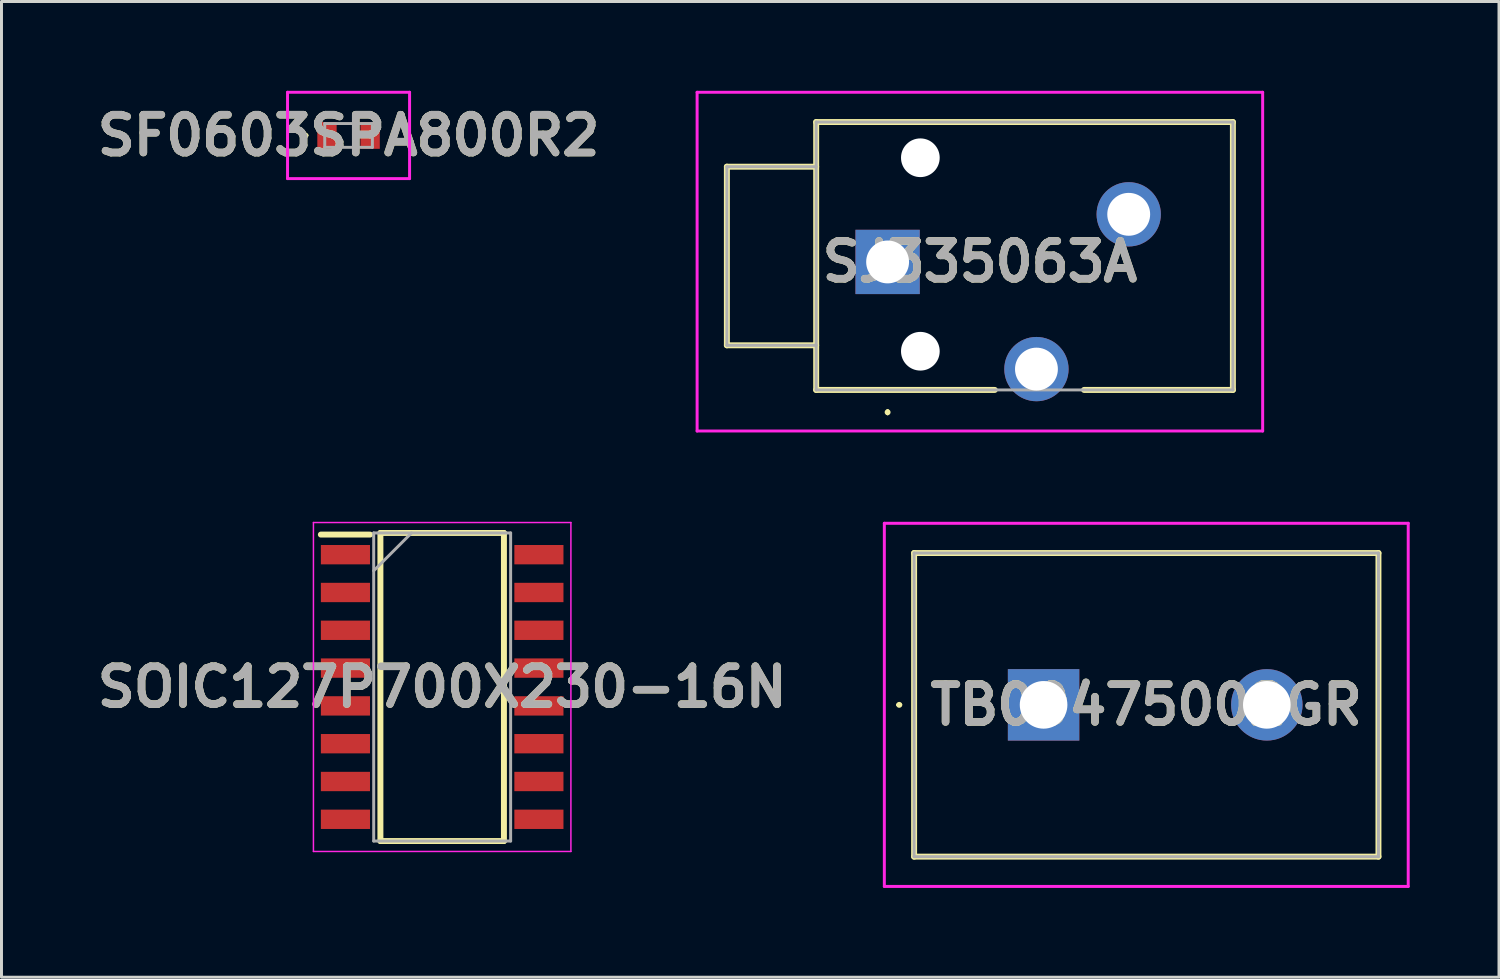
<source format=kicad_pcb>
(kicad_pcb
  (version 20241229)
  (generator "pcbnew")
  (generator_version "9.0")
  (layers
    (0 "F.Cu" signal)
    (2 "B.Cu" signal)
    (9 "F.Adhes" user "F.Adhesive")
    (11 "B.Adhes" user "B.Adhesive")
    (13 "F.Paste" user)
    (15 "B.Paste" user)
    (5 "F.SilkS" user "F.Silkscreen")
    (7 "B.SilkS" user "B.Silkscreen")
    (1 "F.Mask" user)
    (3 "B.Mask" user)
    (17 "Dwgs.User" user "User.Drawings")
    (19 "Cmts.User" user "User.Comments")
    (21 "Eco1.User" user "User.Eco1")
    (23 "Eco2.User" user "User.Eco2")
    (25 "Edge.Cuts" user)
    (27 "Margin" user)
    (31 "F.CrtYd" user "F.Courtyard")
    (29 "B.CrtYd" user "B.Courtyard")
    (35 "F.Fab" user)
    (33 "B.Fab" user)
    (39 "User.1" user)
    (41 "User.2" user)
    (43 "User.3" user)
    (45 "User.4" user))
  (footprint "SOIC127P700X230-16N"
    (layer "F.Cu")
    (at 11.805 20.03)
    (property "Reference" "SOIC127P700X230-16N" (at 0 0 0) (layer "F.SilkS") (effects (font (size 1.27 1.27) (thickness 0.254))))
    (attr smd)
    (fp_line (start -4.075 -5.12) (end -2.425 -5.12) (stroke (width 0.2) (type solid)) (layer "F.SilkS"))
    (fp_line (start -2.075 -5.175) (end 2.075 -5.175) (stroke (width 0.2) (type solid)) (layer "F.SilkS"))
    (fp_line (start -2.075 5.175) (end -2.075 -5.175) (stroke (width 0.2) (type solid)) (layer "F.SilkS"))
    (fp_line (start 2.075 -5.175) (end 2.075 5.175) (stroke (width 0.2) (type solid)) (layer "F.SilkS"))
    (fp_line (start 2.075 5.175) (end -2.075 5.175) (stroke (width 0.2) (type solid)) (layer "F.SilkS"))
    (fp_line (start -4.325 -5.525) (end 4.325 -5.525) (stroke (width 0.05) (type solid)) (layer "F.CrtYd"))
    (fp_line (start -4.325 5.525) (end -4.325 -5.525) (stroke (width 0.05) (type solid)) (layer "F.CrtYd"))
    (fp_line (start 4.325 -5.525) (end 4.325 5.525) (stroke (width 0.05) (type solid)) (layer "F.CrtYd"))
    (fp_line (start 4.325 5.525) (end -4.325 5.525) (stroke (width 0.05) (type solid)) (layer "F.CrtYd"))
    (fp_line (start -2.3 -5.175) (end 2.3 -5.175) (stroke (width 0.1) (type solid)) (layer "F.Fab"))
    (fp_line (start -2.3 -3.905) (end -1.03 -5.175) (stroke (width 0.1) (type solid)) (layer "F.Fab"))
    (fp_line (start -2.3 5.175) (end -2.3 -5.175) (stroke (width 0.1) (type solid)) (layer "F.Fab"))
    (fp_line (start 2.3 -5.175) (end 2.3 5.175) (stroke (width 0.1) (type solid)) (layer "F.Fab"))
    (fp_line (start 2.3 5.175) (end -2.3 5.175) (stroke (width 0.1) (type solid)) (layer "F.Fab"))
    (fp_text user "${REFERENCE}" (at 0 0 0) (layer "F.Fab") (effects (font (size 1.27 1.27) (thickness 0.254))))
    (pad "1" smd rect (at -3.25 -4.445 90) (size 0.65 1.65) (layers "F.Cu" "F.Mask" "F.Paste"))
    (pad "2" smd rect (at -3.25 -3.175 90) (size 0.65 1.65) (layers "F.Cu" "F.Mask" "F.Paste"))
    (pad "3" smd rect (at -3.25 -1.905 90) (size 0.65 1.65) (layers "F.Cu" "F.Mask" "F.Paste"))
    (pad "4" smd rect (at -3.25 -0.635 90) (size 0.65 1.65) (layers "F.Cu" "F.Mask" "F.Paste"))
    (pad "5" smd rect (at -3.25 0.635 90) (size 0.65 1.65) (layers "F.Cu" "F.Mask" "F.Paste"))
    (pad "6" smd rect (at -3.25 1.905 90) (size 0.65 1.65) (layers "F.Cu" "F.Mask" "F.Paste"))
    (pad "7" smd rect (at -3.25 3.175 90) (size 0.65 1.65) (layers "F.Cu" "F.Mask" "F.Paste"))
    (pad "8" smd rect (at -3.25 4.445 90) (size 0.65 1.65) (layers "F.Cu" "F.Mask" "F.Paste"))
    (pad "9" smd rect (at 3.25 4.445 90) (size 0.65 1.65) (layers "F.Cu" "F.Mask" "F.Paste"))
    (pad "10" smd rect (at 3.25 3.175 90) (size 0.65 1.65) (layers "F.Cu" "F.Mask" "F.Paste"))
    (pad "11" smd rect (at 3.25 1.905 90) (size 0.65 1.65) (layers "F.Cu" "F.Mask" "F.Paste"))
    (pad "12" smd rect (at 3.25 0.635 90) (size 0.65 1.65) (layers "F.Cu" "F.Mask" "F.Paste"))
    (pad "13" smd rect (at 3.25 -0.635 90) (size 0.65 1.65) (layers "F.Cu" "F.Mask" "F.Paste"))
    (pad "14" smd rect (at 3.25 -1.905 90) (size 0.65 1.65) (layers "F.Cu" "F.Mask" "F.Paste"))
    (pad "15" smd rect (at 3.25 -3.175 90) (size 0.65 1.65) (layers "F.Cu" "F.Mask" "F.Paste"))
    (pad "16" smd rect (at 3.25 -4.445 90) (size 0.65 1.65) (layers "F.Cu" "F.Mask" "F.Paste")))
  (footprint "SF0603SPA800R2"
    (layer "F.Cu")
    (at 8.66 1.5)
    (property "Reference" "SF0603SPA800R2" (at 0 0 0) (layer "F.SilkS") (effects (font (size 1.27 1.27) (thickness 0.254))))
    (attr smd)
    (fp_line (start -1.5 0) (end -1.5 0) (stroke (width 0.1) (type solid)) (layer "F.SilkS"))
    (fp_line (start -1.4 0) (end -1.4 0) (stroke (width 0.1) (type solid)) (layer "F.SilkS"))
    (fp_arc (start -1.5 0) (mid -1.45 -0.05) (end -1.4 0) (stroke (width 0.1) (type solid)) (layer "F.SilkS"))
    (fp_arc (start -1.4 0) (mid -1.45 0.05) (end -1.5 0) (stroke (width 0.1) (type solid)) (layer "F.SilkS"))
    (fp_line (start -2.05 -1.45) (end 2.05 -1.45) (stroke (width 0.1) (type solid)) (layer "F.CrtYd"))
    (fp_line (start -2.05 1.45) (end -2.05 -1.45) (stroke (width 0.1) (type solid)) (layer "F.CrtYd"))
    (fp_line (start 2.05 -1.45) (end 2.05 1.45) (stroke (width 0.1) (type solid)) (layer "F.CrtYd"))
    (fp_line (start 2.05 1.45) (end -2.05 1.45) (stroke (width 0.1) (type solid)) (layer "F.CrtYd"))
    (fp_line (start -0.8 -0.4) (end -0.8 0.4) (stroke (width 0.1) (type solid)) (layer "F.Fab"))
    (fp_line (start -0.8 0.4) (end 0.8 0.4) (stroke (width 0.1) (type solid)) (layer "F.Fab"))
    (fp_line (start 0.8 -0.4) (end -0.8 -0.4) (stroke (width 0.1) (type solid)) (layer "F.Fab"))
    (fp_line (start 0.8 0.4) (end 0.8 -0.4) (stroke (width 0.1) (type solid)) (layer "F.Fab"))
    (fp_text user "${REFERENCE}" (at 0 0 0) (layer "F.Fab") (effects (font (size 1.27 1.27) (thickness 0.254))))
    (pad "1" smd rect (at -0.725 0) (size 0.65 0.9) (layers "F.Cu" "F.Mask" "F.Paste"))
    (pad "2" smd rect (at 0.725 0) (size 0.65 0.9) (layers "F.Cu" "F.Mask" "F.Paste")))
  (footprint "TB00475002GR"
    (layer "F.Cu")
    (at 32.01 20.63)
    (property "Reference" "TB00475002GR" (at 3.45 0 0) (layer "F.SilkS") (effects (font (size 1.27 1.27) (thickness 0.254))))
    (attr through_hole)
    (fp_line (start -4.9 0) (end -4.9 0) (stroke (width 0.1) (type solid)) (layer "F.SilkS"))
    (fp_line (start -4.8 0) (end -4.8 0) (stroke (width 0.1) (type solid)) (layer "F.SilkS"))
    (fp_line (start -4.35 -5.1) (end 11.25 -5.1) (stroke (width 0.2) (type solid)) (layer "F.SilkS"))
    (fp_line (start -4.35 5.1) (end -4.35 -5.1) (stroke (width 0.2) (type solid)) (layer "F.SilkS"))
    (fp_line (start 11.25 -5.1) (end 11.25 5.1) (stroke (width 0.2) (type solid)) (layer "F.SilkS"))
    (fp_line (start 11.25 5.1) (end -4.35 5.1) (stroke (width 0.2) (type solid)) (layer "F.SilkS"))
    (fp_arc (start -4.9 0) (mid -4.85 -0.05) (end -4.8 0) (stroke (width 0.1) (type solid)) (layer "F.SilkS"))
    (fp_arc (start -4.8 0) (mid -4.85 0.05) (end -4.9 0) (stroke (width 0.1) (type solid)) (layer "F.SilkS"))
    (fp_line (start -5.35 -6.1) (end 12.25 -6.1) (stroke (width 0.1) (type solid)) (layer "F.CrtYd"))
    (fp_line (start -5.35 6.1) (end -5.35 -6.1) (stroke (width 0.1) (type solid)) (layer "F.CrtYd"))
    (fp_line (start 12.25 -6.1) (end 12.25 6.1) (stroke (width 0.1) (type solid)) (layer "F.CrtYd"))
    (fp_line (start 12.25 6.1) (end -5.35 6.1) (stroke (width 0.1) (type solid)) (layer "F.CrtYd"))
    (fp_line (start -4.35 -5.1) (end -4.35 5.1) (stroke (width 0.1) (type solid)) (layer "F.Fab"))
    (fp_line (start -4.35 5.1) (end 11.25 5.1) (stroke (width 0.1) (type solid)) (layer "F.Fab"))
    (fp_line (start 11.25 -5.1) (end -4.35 -5.1) (stroke (width 0.1) (type solid)) (layer "F.Fab"))
    (fp_line (start 11.25 5.1) (end 11.25 -5.1) (stroke (width 0.1) (type solid)) (layer "F.Fab"))
    (fp_text user "${REFERENCE}" (at 3.45 0 0) (layer "F.Fab") (effects (font (size 1.27 1.27) (thickness 0.254))))
    (pad "1" thru_hole rect (at 0 0) (size 2.4 2.4) (drill 1.6) (layers "*.Cu" "*.Mask"))
    (pad "2" thru_hole circle (at 7.5 0) (size 2.4 2.4) (drill 1.6) (layers "*.Cu" "*.Mask")))
  (footprint "SJ335063A"
    (layer "F.Cu")
    (at 26.77 5.75)
    (property "Reference" "SJ335063A" (at 3.1 -0.01 0) (layer "F.SilkS") (effects (font (size 1.27 1.27) (thickness 0.254))))
    (attr through_hole)
    (fp_line (start -5.4 -3.2) (end -5.4 2.8) (stroke (width 0.2) (type solid)) (layer "F.SilkS"))
    (fp_line (start -5.4 2.8) (end -2.4 2.8) (stroke (width 0.2) (type solid)) (layer "F.SilkS"))
    (fp_line (start -2.4 -4.7) (end 11.6 -4.7) (stroke (width 0.2) (type solid)) (layer "F.SilkS"))
    (fp_line (start -2.4 -3.2) (end -5.4 -3.2) (stroke (width 0.2) (type solid)) (layer "F.SilkS"))
    (fp_line (start -2.4 4.3) (end -2.4 -4.7) (stroke (width 0.2) (type solid)) (layer "F.SilkS"))
    (fp_line (start 0 5) (end 0 5) (stroke (width 0.1) (type solid)) (layer "F.SilkS"))
    (fp_line (start 0 5.1) (end 0 5.1) (stroke (width 0.1) (type solid)) (layer "F.SilkS"))
    (fp_line (start 3.6 4.3) (end -2.4 4.3) (stroke (width 0.2) (type solid)) (layer "F.SilkS"))
    (fp_line (start 11.6 -4.7) (end 11.6 4.3) (stroke (width 0.2) (type solid)) (layer "F.SilkS"))
    (fp_line (start 11.6 4.3) (end 6.6 4.3) (stroke (width 0.2) (type solid)) (layer "F.SilkS"))
    (fp_arc (start 0 5) (mid 0.05 5.05) (end 0 5.1) (stroke (width 0.1) (type solid)) (layer "F.SilkS"))
    (fp_arc (start 0 5.1) (mid -0.05 5.05) (end 0 5) (stroke (width 0.1) (type solid)) (layer "F.SilkS"))
    (fp_line (start -6.4 -5.7) (end 12.6 -5.7) (stroke (width 0.1) (type solid)) (layer "F.CrtYd"))
    (fp_line (start -6.4 5.68) (end -6.4 -5.7) (stroke (width 0.1) (type solid)) (layer "F.CrtYd"))
    (fp_line (start 12.6 -5.7) (end 12.6 5.68) (stroke (width 0.1) (type solid)) (layer "F.CrtYd"))
    (fp_line (start 12.6 5.68) (end -6.4 5.68) (stroke (width 0.1) (type solid)) (layer "F.CrtYd"))
    (fp_line (start -5.4 -3.2) (end -5.4 2.8) (stroke (width 0.1) (type solid)) (layer "F.Fab"))
    (fp_line (start -5.4 2.8) (end -2.4 2.8) (stroke (width 0.1) (type solid)) (layer "F.Fab"))
    (fp_line (start -2.4 -4.7) (end 11.6 -4.7) (stroke (width 0.1) (type solid)) (layer "F.Fab"))
    (fp_line (start -2.4 -3.2) (end -5.4 -3.2) (stroke (width 0.1) (type solid)) (layer "F.Fab"))
    (fp_line (start -2.4 4.3) (end -2.4 -4.7) (stroke (width 0.1) (type solid)) (layer "F.Fab"))
    (fp_line (start 11.6 -4.7) (end 11.6 4.3) (stroke (width 0.1) (type solid)) (layer "F.Fab"))
    (fp_line (start 11.6 4.3) (end -2.4 4.3) (stroke (width 0.1) (type solid)) (layer "F.Fab"))
    (fp_text user "${REFERENCE}" (at 3.1 -0.01 0) (layer "F.Fab") (effects (font (size 1.27 1.27) (thickness 0.254))))
    (pad "" np_thru_hole circle (at 1.1 -3.5) (size 1.3 1.3) (drill 1.3) (layers "*.Cu" "*.Mask"))
    (pad "" np_thru_hole circle (at 1.1 3) (size 1.3 1.3) (drill 1.3) (layers "*.Cu" "*.Mask"))
    (pad "1" thru_hole rect (at 0 0) (size 2.16 2.16) (drill 1.44) (layers "*.Cu" "*.Mask"))
    (pad "2" thru_hole circle (at 8.1 -1.6) (size 2.16 2.16) (drill 1.44) (layers "*.Cu" "*.Mask"))
    (pad "3" thru_hole circle (at 5 3.6) (size 2.16 2.16) (drill 1.44) (layers "*.Cu" "*.Mask")))
  (gr_rect
    (start -3 -3)
    (end 47.31 29.78)
    (stroke (width 0.1) (type default))
    (fill no)
    (layer "Edge.Cuts")))
</source>
